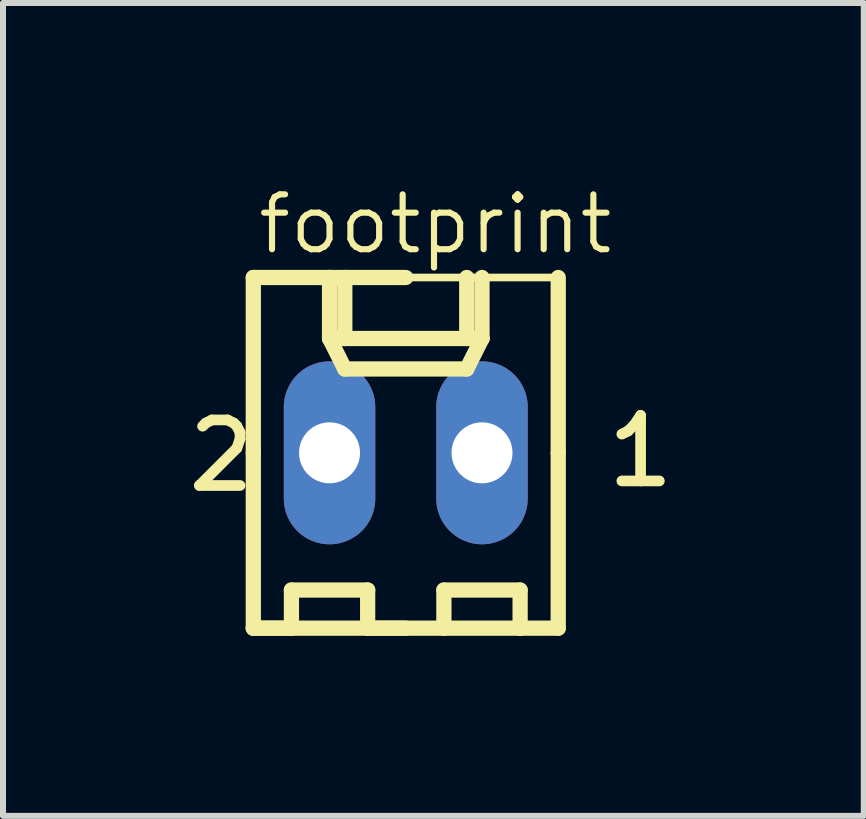
<source format=kicad_pcb>
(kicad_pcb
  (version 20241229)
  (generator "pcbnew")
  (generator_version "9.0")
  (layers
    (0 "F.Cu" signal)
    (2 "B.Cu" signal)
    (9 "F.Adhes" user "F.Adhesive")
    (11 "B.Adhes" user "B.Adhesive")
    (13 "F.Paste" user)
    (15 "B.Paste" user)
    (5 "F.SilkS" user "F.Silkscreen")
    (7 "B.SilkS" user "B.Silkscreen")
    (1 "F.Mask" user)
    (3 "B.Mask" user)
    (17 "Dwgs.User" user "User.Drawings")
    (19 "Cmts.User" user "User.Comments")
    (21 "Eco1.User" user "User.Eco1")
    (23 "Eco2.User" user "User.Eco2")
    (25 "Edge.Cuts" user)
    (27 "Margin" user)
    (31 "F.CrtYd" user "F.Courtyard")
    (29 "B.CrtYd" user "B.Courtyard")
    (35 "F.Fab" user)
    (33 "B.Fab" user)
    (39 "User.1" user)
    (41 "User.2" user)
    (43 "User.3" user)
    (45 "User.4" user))
  (footprint "footprint"
    (layer "F.Cu")
    (at 3.71 4.494)
    (property "Reference" "footprint" (at -2.513 -3.275 0) (layer "F.SilkS") (effects (font (size 0.914 0.914) (thickness 0.102)) (justify left bottom)))
    (fp_line (start -2.54 -2.921) (end -1.27 -2.921) (stroke (width 0.254) (type solid)) (layer "F.SilkS"))
    (fp_line (start -2.54 0) (end -2.54 -2.921) (stroke (width 0.254) (type solid)) (layer "F.SilkS"))
    (fp_line (start -2.54 0) (end -2.54 2.921) (stroke (width 0.254) (type solid)) (layer "F.SilkS"))
    (fp_line (start -2.54 2.921) (end -1.905 2.921) (stroke (width 0.254) (type solid)) (layer "F.SilkS"))
    (fp_line (start -2.54 2.921) (end 0 2.921) (stroke (width 0.254) (type solid)) (layer "F.SilkS"))
    (fp_line (start -2.286 2.921) (end -1.905 2.921) (stroke (width 0.127) (type solid)) (layer "F.SilkS"))
    (fp_line (start -1.905 2.286) (end -0.635 2.286) (stroke (width 0.254) (type solid)) (layer "F.SilkS"))
    (fp_line (start -1.905 2.921) (end -1.905 2.286) (stroke (width 0.254) (type solid)) (layer "F.SilkS"))
    (fp_line (start -1.27 -2.921) (end 0 -2.921) (stroke (width 0.254) (type solid)) (layer "F.SilkS"))
    (fp_line (start -1.27 -2.54) (end -1.27 -2.921) (stroke (width 0.127) (type solid)) (layer "F.SilkS"))
    (fp_line (start -1.27 -1.905) (end -1.27 -2.921) (stroke (width 0.254) (type solid)) (layer "F.SilkS"))
    (fp_line (start -1.27 -1.905) (end -1.016 -1.905) (stroke (width 0.254) (type solid)) (layer "F.SilkS"))
    (fp_line (start -1.27 -1.905) (end -1.016 -1.397) (stroke (width 0.254) (type solid)) (layer "F.SilkS"))
    (fp_line (start -1.016 -2.921) (end -1.27 -2.921) (stroke (width 0.127) (type solid)) (layer "F.SilkS"))
    (fp_line (start -1.016 -2.921) (end -1.016 -1.905) (stroke (width 0.254) (type solid)) (layer "F.SilkS"))
    (fp_line (start -1.016 -1.905) (end 1.016 -1.905) (stroke (width 0.254) (type solid)) (layer "F.SilkS"))
    (fp_line (start -1.016 -1.397) (end 1.016 -1.397) (stroke (width 0.254) (type solid)) (layer "F.SilkS"))
    (fp_line (start -0.635 2.286) (end -0.635 2.921) (stroke (width 0.254) (type solid)) (layer "F.SilkS"))
    (fp_line (start -0.635 2.921) (end 0.635 2.921) (stroke (width 0.254) (type solid)) (layer "F.SilkS"))
    (fp_line (start 0.635 2.286) (end 1.905 2.286) (stroke (width 0.254) (type solid)) (layer "F.SilkS"))
    (fp_line (start 0.635 2.921) (end 0 2.921) (stroke (width 0.127) (type solid)) (layer "F.SilkS"))
    (fp_line (start 0.635 2.921) (end 0.635 2.286) (stroke (width 0.254) (type solid)) (layer "F.SilkS"))
    (fp_line (start 1.016 -2.921) (end 1.016 -1.905) (stroke (width 0.254) (type solid)) (layer "F.SilkS"))
    (fp_line (start 1.016 -1.905) (end 1.27 -1.905) (stroke (width 0.254) (type solid)) (layer "F.SilkS"))
    (fp_line (start 1.016 -1.397) (end 1.27 -1.905) (stroke (width 0.254) (type solid)) (layer "F.SilkS"))
    (fp_line (start 1.27 -1.905) (end 1.27 -2.921) (stroke (width 0.254) (type solid)) (layer "F.SilkS"))
    (fp_line (start 1.905 2.286) (end 1.905 2.921) (stroke (width 0.254) (type solid)) (layer "F.SilkS"))
    (fp_line (start 1.905 2.921) (end 0.635 2.921) (stroke (width 0.254) (type solid)) (layer "F.SilkS"))
    (fp_line (start 1.905 2.921) (end 2.54 2.921) (stroke (width 0.254) (type solid)) (layer "F.SilkS"))
    (fp_line (start 2.54 -2.921) (end 0 -2.921) (stroke (width 0.127) (type solid)) (layer "F.SilkS"))
    (fp_line (start 2.54 0) (end 2.54 -2.921) (stroke (width 0.254) (type solid)) (layer "F.SilkS"))
    (fp_line (start 2.54 0) (end 2.54 2.921) (stroke (width 0.254) (type solid)) (layer "F.SilkS"))
    (fp_line (start 2.54 2.921) (end 1.905 2.921) (stroke (width 0.127) (type solid)) (layer "F.SilkS"))
    (fp_poly (pts (xy -1.524 0.254) (xy -1.016 0.254) (xy -1.016 -0.254) (xy -1.524 -0.254)) (stroke (width 0.1) (type solid)) (fill no) (layer "F.Fab"))
    (fp_poly (pts (xy 1.016 0.254) (xy 1.524 0.254) (xy 1.524 -0.254) (xy 1.016 -0.254)) (stroke (width 0.1) (type solid)) (fill no) (layer "F.Fab"))
    (fp_text user "1" (at 3.275 0.611 0) (layer "F.SilkS") (effects (font (size 1.092 1.092) (thickness 0.178)) (justify left bottom)))
    (fp_text user "2" (at -3.71 0.687 0) (layer "F.SilkS") (effects (font (size 1.092 1.092) (thickness 0.178)) (justify left bottom)))
    (pad "1" thru_hole oval (at 1.27 0 90) (size 3.048 1.524) (drill 1.016) (layers "*.Cu" "*.Mask"))
    (pad "2" thru_hole oval (at -1.27 0 90) (size 3.048 1.524) (drill 1.016) (layers "*.Cu" "*.Mask")))
  (gr_rect
    (start -3 -3)
    (end 11.34 10.542)
    (stroke (width 0.1) (type default))
    (fill no)
    (layer "Edge.Cuts")))
</source>
